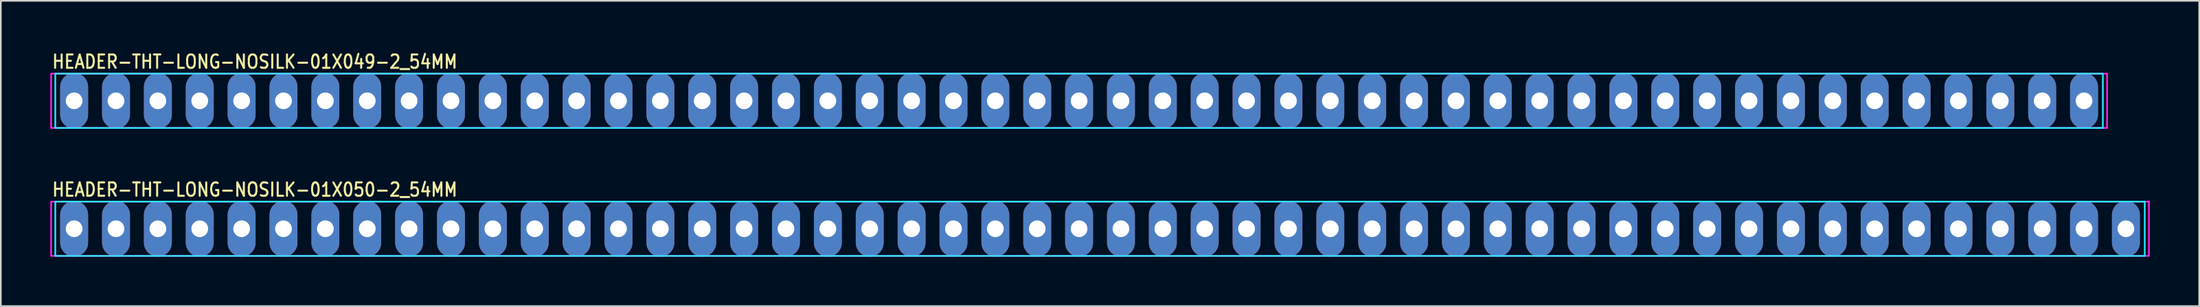
<source format=kicad_pcb>
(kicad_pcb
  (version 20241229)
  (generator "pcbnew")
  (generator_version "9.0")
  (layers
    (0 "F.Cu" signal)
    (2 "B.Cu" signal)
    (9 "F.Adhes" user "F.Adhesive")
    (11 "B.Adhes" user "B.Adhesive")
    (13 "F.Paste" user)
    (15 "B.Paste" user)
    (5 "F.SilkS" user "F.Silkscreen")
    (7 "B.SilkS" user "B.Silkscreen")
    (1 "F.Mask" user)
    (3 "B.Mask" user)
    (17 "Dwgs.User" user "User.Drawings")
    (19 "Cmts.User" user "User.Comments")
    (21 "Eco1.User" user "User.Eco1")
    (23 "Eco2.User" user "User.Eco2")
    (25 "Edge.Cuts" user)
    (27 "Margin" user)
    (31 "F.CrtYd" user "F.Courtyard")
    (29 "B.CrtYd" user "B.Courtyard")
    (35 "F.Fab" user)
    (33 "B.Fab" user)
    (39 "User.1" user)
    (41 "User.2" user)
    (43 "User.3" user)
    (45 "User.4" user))
  (footprint "HEADER-THT-LONG-NOSILK-01X049-2_54MM"
    (layer "F.Cu")
    (at 1.447 3.079)
    (property "Reference" "HEADER-THT-LONG-NOSILK-01X049-2_54MM" (at -1.4 -1.9 0) (unlocked yes) (layer "F.SilkS") (effects (font (size 0.813 0.695) (thickness 0.122)) (justify left bottom)))
    (fp_poly (pts (xy -1.143 -1.651) (xy 123.063 -1.651) (xy 123.063 1.651) (xy -1.143 1.651)) (stroke (width 0.1) (type solid)) (fill no) (layer "B.CrtYd"))
    (fp_poly (pts (xy -1.397 -1.651) (xy 123.317 -1.651) (xy 123.317 1.651) (xy -1.397 1.651)) (stroke (width 0.1) (type solid)) (fill no) (layer "F.CrtYd"))
    (pad "P$1" thru_hole oval (at 0 0 90) (size 3.387 1.693) (drill 1.016) (layers "*.Cu" "*.Mask"))
    (pad "P$2" thru_hole oval (at 2.54 0 90) (size 3.387 1.693) (drill 1.016) (layers "*.Cu" "*.Mask"))
    (pad "P$3" thru_hole oval (at 5.08 0 90) (size 3.387 1.693) (drill 1.016) (layers "*.Cu" "*.Mask"))
    (pad "P$4" thru_hole oval (at 7.62 0 90) (size 3.387 1.693) (drill 1.016) (layers "*.Cu" "*.Mask"))
    (pad "P$5" thru_hole oval (at 10.16 0 90) (size 3.387 1.693) (drill 1.016) (layers "*.Cu" "*.Mask"))
    (pad "P$6" thru_hole oval (at 12.7 0 90) (size 3.387 1.693) (drill 1.016) (layers "*.Cu" "*.Mask"))
    (pad "P$7" thru_hole oval (at 15.24 0 90) (size 3.387 1.693) (drill 1.016) (layers "*.Cu" "*.Mask"))
    (pad "P$8" thru_hole oval (at 17.78 0 90) (size 3.387 1.693) (drill 1.016) (layers "*.Cu" "*.Mask"))
    (pad "P$9" thru_hole oval (at 20.32 0 90) (size 3.387 1.693) (drill 1.016) (layers "*.Cu" "*.Mask"))
    (pad "P$10" thru_hole oval (at 22.86 0 90) (size 3.387 1.693) (drill 1.016) (layers "*.Cu" "*.Mask"))
    (pad "P$11" thru_hole oval (at 25.4 0 90) (size 3.387 1.693) (drill 1.016) (layers "*.Cu" "*.Mask"))
    (pad "P$12" thru_hole oval (at 27.94 0 90) (size 3.387 1.693) (drill 1.016) (layers "*.Cu" "*.Mask"))
    (pad "P$13" thru_hole oval (at 30.48 0 90) (size 3.387 1.693) (drill 1.016) (layers "*.Cu" "*.Mask"))
    (pad "P$14" thru_hole oval (at 33.02 0 90) (size 3.387 1.693) (drill 1.016) (layers "*.Cu" "*.Mask"))
    (pad "P$15" thru_hole oval (at 35.56 0 90) (size 3.387 1.693) (drill 1.016) (layers "*.Cu" "*.Mask"))
    (pad "P$16" thru_hole oval (at 38.1 0 90) (size 3.387 1.693) (drill 1.016) (layers "*.Cu" "*.Mask"))
    (pad "P$17" thru_hole oval (at 40.64 0 90) (size 3.387 1.693) (drill 1.016) (layers "*.Cu" "*.Mask"))
    (pad "P$18" thru_hole oval (at 43.18 0 90) (size 3.387 1.693) (drill 1.016) (layers "*.Cu" "*.Mask"))
    (pad "P$19" thru_hole oval (at 45.72 0 90) (size 3.387 1.693) (drill 1.016) (layers "*.Cu" "*.Mask"))
    (pad "P$20" thru_hole oval (at 48.26 0 90) (size 3.387 1.693) (drill 1.016) (layers "*.Cu" "*.Mask"))
    (pad "P$21" thru_hole oval (at 50.8 0 90) (size 3.387 1.693) (drill 1.016) (layers "*.Cu" "*.Mask"))
    (pad "P$22" thru_hole oval (at 53.34 0 90) (size 3.387 1.693) (drill 1.016) (layers "*.Cu" "*.Mask"))
    (pad "P$23" thru_hole oval (at 55.88 0 90) (size 3.387 1.693) (drill 1.016) (layers "*.Cu" "*.Mask"))
    (pad "P$24" thru_hole oval (at 58.42 0 90) (size 3.387 1.693) (drill 1.016) (layers "*.Cu" "*.Mask"))
    (pad "P$25" thru_hole oval (at 60.96 0 90) (size 3.387 1.693) (drill 1.016) (layers "*.Cu" "*.Mask"))
    (pad "P$26" thru_hole oval (at 63.5 0 90) (size 3.387 1.693) (drill 1.016) (layers "*.Cu" "*.Mask"))
    (pad "P$27" thru_hole oval (at 66.04 0 90) (size 3.387 1.693) (drill 1.016) (layers "*.Cu" "*.Mask"))
    (pad "P$28" thru_hole oval (at 68.58 0 90) (size 3.387 1.693) (drill 1.016) (layers "*.Cu" "*.Mask"))
    (pad "P$29" thru_hole oval (at 71.12 0 90) (size 3.387 1.693) (drill 1.016) (layers "*.Cu" "*.Mask"))
    (pad "P$30" thru_hole oval (at 73.66 0 90) (size 3.387 1.693) (drill 1.016) (layers "*.Cu" "*.Mask"))
    (pad "P$31" thru_hole oval (at 76.2 0 90) (size 3.387 1.693) (drill 1.016) (layers "*.Cu" "*.Mask"))
    (pad "P$32" thru_hole oval (at 78.74 0 90) (size 3.387 1.693) (drill 1.016) (layers "*.Cu" "*.Mask"))
    (pad "P$33" thru_hole oval (at 81.28 0 90) (size 3.387 1.693) (drill 1.016) (layers "*.Cu" "*.Mask"))
    (pad "P$34" thru_hole oval (at 83.82 0 90) (size 3.387 1.693) (drill 1.016) (layers "*.Cu" "*.Mask"))
    (pad "P$35" thru_hole oval (at 86.36 0 90) (size 3.387 1.693) (drill 1.016) (layers "*.Cu" "*.Mask"))
    (pad "P$36" thru_hole oval (at 88.9 0 90) (size 3.387 1.693) (drill 1.016) (layers "*.Cu" "*.Mask"))
    (pad "P$37" thru_hole oval (at 91.44 0 90) (size 3.387 1.693) (drill 1.016) (layers "*.Cu" "*.Mask"))
    (pad "P$38" thru_hole oval (at 93.98 0 90) (size 3.387 1.693) (drill 1.016) (layers "*.Cu" "*.Mask"))
    (pad "P$39" thru_hole oval (at 96.52 0 90) (size 3.387 1.693) (drill 1.016) (layers "*.Cu" "*.Mask"))
    (pad "P$40" thru_hole oval (at 99.06 0 90) (size 3.387 1.693) (drill 1.016) (layers "*.Cu" "*.Mask"))
    (pad "P$41" thru_hole oval (at 101.6 0 90) (size 3.387 1.693) (drill 1.016) (layers "*.Cu" "*.Mask"))
    (pad "P$42" thru_hole oval (at 104.14 0 90) (size 3.387 1.693) (drill 1.016) (layers "*.Cu" "*.Mask"))
    (pad "P$43" thru_hole oval (at 106.68 0 90) (size 3.387 1.693) (drill 1.016) (layers "*.Cu" "*.Mask"))
    (pad "P$44" thru_hole oval (at 109.22 0 90) (size 3.387 1.693) (drill 1.016) (layers "*.Cu" "*.Mask"))
    (pad "P$45" thru_hole oval (at 111.76 0 90) (size 3.387 1.693) (drill 1.016) (layers "*.Cu" "*.Mask"))
    (pad "P$46" thru_hole oval (at 114.3 0 90) (size 3.387 1.693) (drill 1.016) (layers "*.Cu" "*.Mask"))
    (pad "P$47" thru_hole oval (at 116.84 0 90) (size 3.387 1.693) (drill 1.016) (layers "*.Cu" "*.Mask"))
    (pad "P$48" thru_hole oval (at 119.38 0 90) (size 3.387 1.693) (drill 1.016) (layers "*.Cu" "*.Mask"))
    (pad "P$49" thru_hole oval (at 121.92 0 90) (size 3.387 1.693) (drill 1.016) (layers "*.Cu" "*.Mask")))
  (footprint "HEADER-THT-LONG-NOSILK-01X050-2_54MM"
    (layer "F.Cu")
    (at 1.447 10.858)
    (property "Reference" "HEADER-THT-LONG-NOSILK-01X050-2_54MM" (at -1.4 -1.9 0) (unlocked yes) (layer "F.SilkS") (effects (font (size 0.813 0.695) (thickness 0.122)) (justify left bottom)))
    (fp_poly (pts (xy -1.143 -1.651) (xy 125.603 -1.651) (xy 125.603 1.651) (xy -1.143 1.651)) (stroke (width 0.1) (type solid)) (fill no) (layer "B.CrtYd"))
    (fp_poly (pts (xy -1.397 -1.651) (xy 125.857 -1.651) (xy 125.857 1.651) (xy -1.397 1.651)) (stroke (width 0.1) (type solid)) (fill no) (layer "F.CrtYd"))
    (pad "P$1" thru_hole oval (at 0 0 90) (size 3.387 1.693) (drill 1.016) (layers "*.Cu" "*.Mask"))
    (pad "P$2" thru_hole oval (at 2.54 0 90) (size 3.387 1.693) (drill 1.016) (layers "*.Cu" "*.Mask"))
    (pad "P$3" thru_hole oval (at 5.08 0 90) (size 3.387 1.693) (drill 1.016) (layers "*.Cu" "*.Mask"))
    (pad "P$4" thru_hole oval (at 7.62 0 90) (size 3.387 1.693) (drill 1.016) (layers "*.Cu" "*.Mask"))
    (pad "P$5" thru_hole oval (at 10.16 0 90) (size 3.387 1.693) (drill 1.016) (layers "*.Cu" "*.Mask"))
    (pad "P$6" thru_hole oval (at 12.7 0 90) (size 3.387 1.693) (drill 1.016) (layers "*.Cu" "*.Mask"))
    (pad "P$7" thru_hole oval (at 15.24 0 90) (size 3.387 1.693) (drill 1.016) (layers "*.Cu" "*.Mask"))
    (pad "P$8" thru_hole oval (at 17.78 0 90) (size 3.387 1.693) (drill 1.016) (layers "*.Cu" "*.Mask"))
    (pad "P$9" thru_hole oval (at 20.32 0 90) (size 3.387 1.693) (drill 1.016) (layers "*.Cu" "*.Mask"))
    (pad "P$10" thru_hole oval (at 22.86 0 90) (size 3.387 1.693) (drill 1.016) (layers "*.Cu" "*.Mask"))
    (pad "P$11" thru_hole oval (at 25.4 0 90) (size 3.387 1.693) (drill 1.016) (layers "*.Cu" "*.Mask"))
    (pad "P$12" thru_hole oval (at 27.94 0 90) (size 3.387 1.693) (drill 1.016) (layers "*.Cu" "*.Mask"))
    (pad "P$13" thru_hole oval (at 30.48 0 90) (size 3.387 1.693) (drill 1.016) (layers "*.Cu" "*.Mask"))
    (pad "P$14" thru_hole oval (at 33.02 0 90) (size 3.387 1.693) (drill 1.016) (layers "*.Cu" "*.Mask"))
    (pad "P$15" thru_hole oval (at 35.56 0 90) (size 3.387 1.693) (drill 1.016) (layers "*.Cu" "*.Mask"))
    (pad "P$16" thru_hole oval (at 38.1 0 90) (size 3.387 1.693) (drill 1.016) (layers "*.Cu" "*.Mask"))
    (pad "P$17" thru_hole oval (at 40.64 0 90) (size 3.387 1.693) (drill 1.016) (layers "*.Cu" "*.Mask"))
    (pad "P$18" thru_hole oval (at 43.18 0 90) (size 3.387 1.693) (drill 1.016) (layers "*.Cu" "*.Mask"))
    (pad "P$19" thru_hole oval (at 45.72 0 90) (size 3.387 1.693) (drill 1.016) (layers "*.Cu" "*.Mask"))
    (pad "P$20" thru_hole oval (at 48.26 0 90) (size 3.387 1.693) (drill 1.016) (layers "*.Cu" "*.Mask"))
    (pad "P$21" thru_hole oval (at 50.8 0 90) (size 3.387 1.693) (drill 1.016) (layers "*.Cu" "*.Mask"))
    (pad "P$22" thru_hole oval (at 53.34 0 90) (size 3.387 1.693) (drill 1.016) (layers "*.Cu" "*.Mask"))
    (pad "P$23" thru_hole oval (at 55.88 0 90) (size 3.387 1.693) (drill 1.016) (layers "*.Cu" "*.Mask"))
    (pad "P$24" thru_hole oval (at 58.42 0 90) (size 3.387 1.693) (drill 1.016) (layers "*.Cu" "*.Mask"))
    (pad "P$25" thru_hole oval (at 60.96 0 90) (size 3.387 1.693) (drill 1.016) (layers "*.Cu" "*.Mask"))
    (pad "P$26" thru_hole oval (at 63.5 0 90) (size 3.387 1.693) (drill 1.016) (layers "*.Cu" "*.Mask"))
    (pad "P$27" thru_hole oval (at 66.04 0 90) (size 3.387 1.693) (drill 1.016) (layers "*.Cu" "*.Mask"))
    (pad "P$28" thru_hole oval (at 68.58 0 90) (size 3.387 1.693) (drill 1.016) (layers "*.Cu" "*.Mask"))
    (pad "P$29" thru_hole oval (at 71.12 0 90) (size 3.387 1.693) (drill 1.016) (layers "*.Cu" "*.Mask"))
    (pad "P$30" thru_hole oval (at 73.66 0 90) (size 3.387 1.693) (drill 1.016) (layers "*.Cu" "*.Mask"))
    (pad "P$31" thru_hole oval (at 76.2 0 90) (size 3.387 1.693) (drill 1.016) (layers "*.Cu" "*.Mask"))
    (pad "P$32" thru_hole oval (at 78.74 0 90) (size 3.387 1.693) (drill 1.016) (layers "*.Cu" "*.Mask"))
    (pad "P$33" thru_hole oval (at 81.28 0 90) (size 3.387 1.693) (drill 1.016) (layers "*.Cu" "*.Mask"))
    (pad "P$34" thru_hole oval (at 83.82 0 90) (size 3.387 1.693) (drill 1.016) (layers "*.Cu" "*.Mask"))
    (pad "P$35" thru_hole oval (at 86.36 0 90) (size 3.387 1.693) (drill 1.016) (layers "*.Cu" "*.Mask"))
    (pad "P$36" thru_hole oval (at 88.9 0 90) (size 3.387 1.693) (drill 1.016) (layers "*.Cu" "*.Mask"))
    (pad "P$37" thru_hole oval (at 91.44 0 90) (size 3.387 1.693) (drill 1.016) (layers "*.Cu" "*.Mask"))
    (pad "P$38" thru_hole oval (at 93.98 0 90) (size 3.387 1.693) (drill 1.016) (layers "*.Cu" "*.Mask"))
    (pad "P$39" thru_hole oval (at 96.52 0 90) (size 3.387 1.693) (drill 1.016) (layers "*.Cu" "*.Mask"))
    (pad "P$40" thru_hole oval (at 99.06 0 90) (size 3.387 1.693) (drill 1.016) (layers "*.Cu" "*.Mask"))
    (pad "P$41" thru_hole oval (at 101.6 0 90) (size 3.387 1.693) (drill 1.016) (layers "*.Cu" "*.Mask"))
    (pad "P$42" thru_hole oval (at 104.14 0 90) (size 3.387 1.693) (drill 1.016) (layers "*.Cu" "*.Mask"))
    (pad "P$43" thru_hole oval (at 106.68 0 90) (size 3.387 1.693) (drill 1.016) (layers "*.Cu" "*.Mask"))
    (pad "P$44" thru_hole oval (at 109.22 0 90) (size 3.387 1.693) (drill 1.016) (layers "*.Cu" "*.Mask"))
    (pad "P$45" thru_hole oval (at 111.76 0 90) (size 3.387 1.693) (drill 1.016) (layers "*.Cu" "*.Mask"))
    (pad "P$46" thru_hole oval (at 114.3 0 90) (size 3.387 1.693) (drill 1.016) (layers "*.Cu" "*.Mask"))
    (pad "P$47" thru_hole oval (at 116.84 0 90) (size 3.387 1.693) (drill 1.016) (layers "*.Cu" "*.Mask"))
    (pad "P$48" thru_hole oval (at 119.38 0 90) (size 3.387 1.693) (drill 1.016) (layers "*.Cu" "*.Mask"))
    (pad "P$49" thru_hole oval (at 121.92 0 90) (size 3.387 1.693) (drill 1.016) (layers "*.Cu" "*.Mask"))
    (pad "P$50" thru_hole oval (at 124.46 0 90) (size 3.387 1.693) (drill 1.016) (layers "*.Cu" "*.Mask")))
  (gr_rect
    (start -3 -3)
    (end 130.354 15.559)
    (stroke (width 0.1) (type default))
    (fill no)
    (layer "Edge.Cuts")))
</source>
